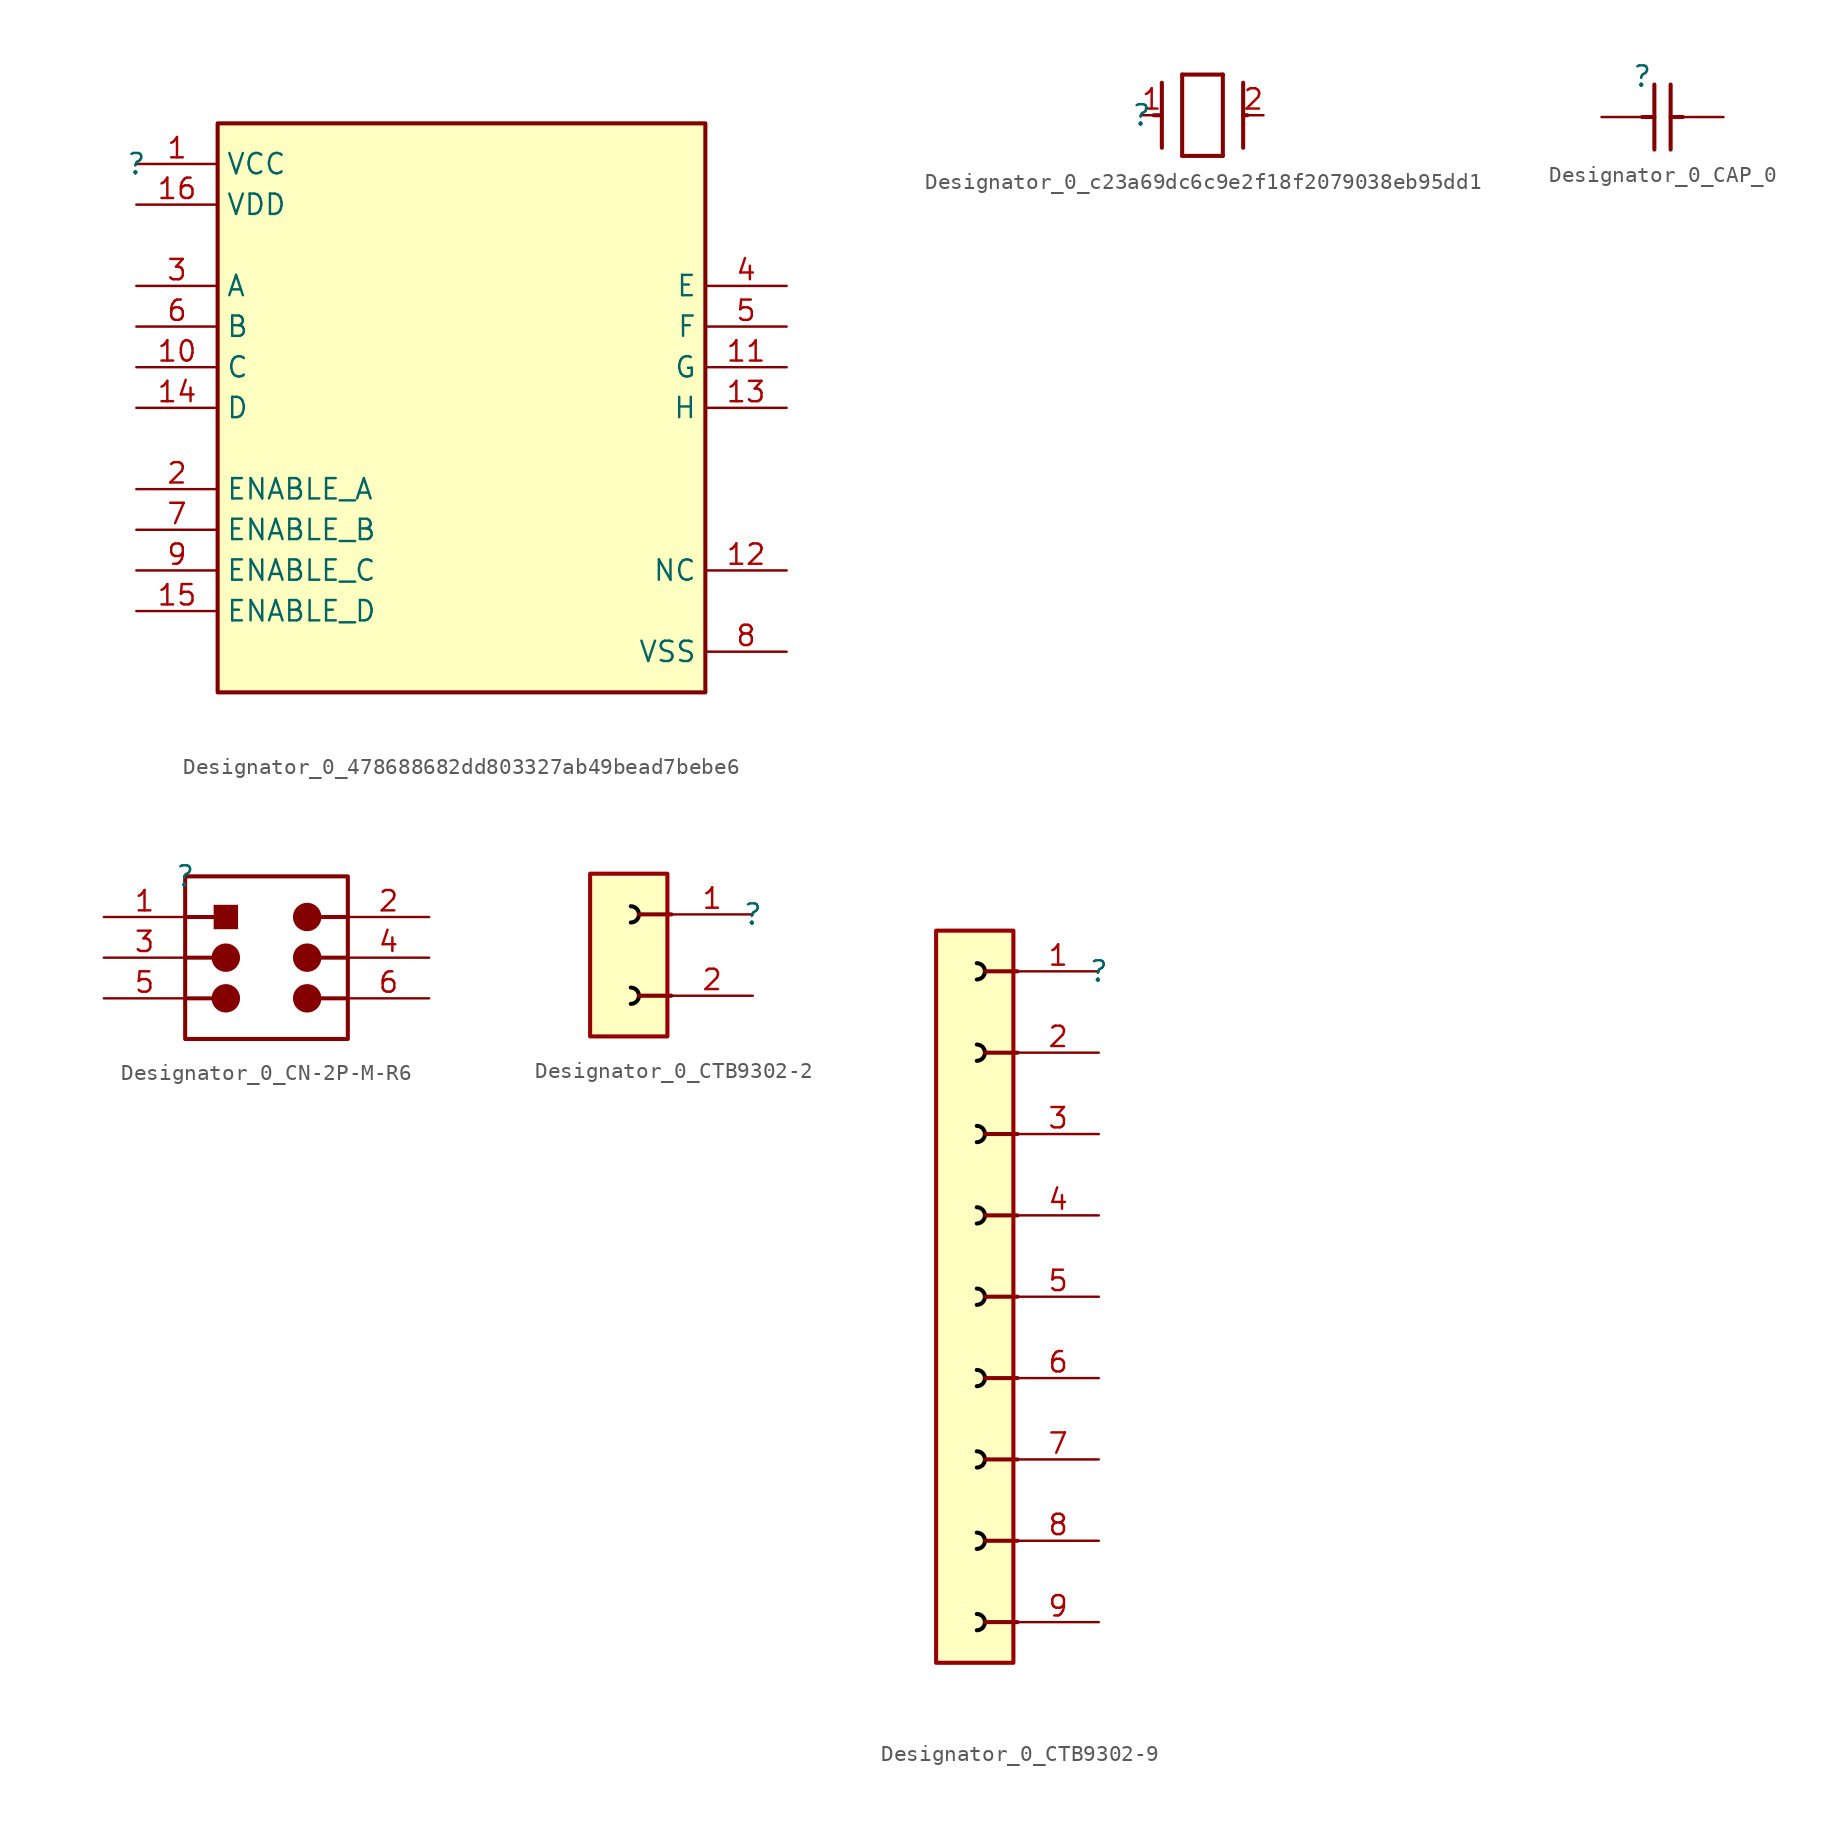
<source format=kicad_sym>
(kicad_symbol_lib
  (version 20231120)
  (generator "kicad_symbol_editor")
  (generator_version "8.0")
  (symbol "Designator_0_478688682dd803327ab49bead7bebe6"
    (property "Reference" ""
      (at 0 0 0)
      (effects (font (size 1.27 1.27))))
    (property "Value" ""
      (at 0 0 0)
      (effects (font (size 1.27 1.27))))
    (symbol "Designator_0_478688682dd803327ab49bead7bebe6_1_0"
      (rectangle (start 35.56 2.54) (end 5.08 -33.02) (stroke (width 0.254) (type solid) (color 128 0 0 1)) (fill (type background)))
      (pin power_in line (at 0 0 0) (length 5.08) (name "VCC" (effects (font (size 1.27 1.27)))) (number "1" (effects (font (size 1.27 1.27)))))
      (pin input line (at 0 -12.7 0) (length 5.08) (name "C" (effects (font (size 1.27 1.27)))) (number "10" (effects (font (size 1.27 1.27)))))
      (pin output line (at 40.64 -12.7 180) (length 5.08) (name "G" (effects (font (size 1.27 1.27)))) (number "11" (effects (font (size 1.27 1.27)))))
      (pin passive line (at 40.64 -25.4 180) (length 5.08) (name "NC" (effects (font (size 1.27 1.27)))) (number "12" (effects (font (size 1.27 1.27)))))
      (pin output line (at 40.64 -15.24 180) (length 5.08) (name "H" (effects (font (size 1.27 1.27)))) (number "13" (effects (font (size 1.27 1.27)))))
      (pin input line (at 0 -15.24 0) (length 5.08) (name "D" (effects (font (size 1.27 1.27)))) (number "14" (effects (font (size 1.27 1.27)))))
      (pin input line (at 0 -27.94 0) (length 5.08) (name "ENABLE_D" (effects (font (size 1.27 1.27)))) (number "15" (effects (font (size 1.27 1.27)))))
      (pin power_in line (at 0 -2.54 0) (length 5.08) (name "VDD" (effects (font (size 1.27 1.27)))) (number "16" (effects (font (size 1.27 1.27)))))
      (pin input line (at 0 -20.32 0) (length 5.08) (name "ENABLE_A" (effects (font (size 1.27 1.27)))) (number "2" (effects (font (size 1.27 1.27)))))
      (pin input line (at 0 -7.62 0) (length 5.08) (name "A" (effects (font (size 1.27 1.27)))) (number "3" (effects (font (size 1.27 1.27)))))
      (pin output line (at 40.64 -7.62 180) (length 5.08) (name "E" (effects (font (size 1.27 1.27)))) (number "4" (effects (font (size 1.27 1.27)))))
      (pin output line (at 40.64 -10.16 180) (length 5.08) (name "F" (effects (font (size 1.27 1.27)))) (number "5" (effects (font (size 1.27 1.27)))))
      (pin input line (at 0 -10.16 0) (length 5.08) (name "B" (effects (font (size 1.27 1.27)))) (number "6" (effects (font (size 1.27 1.27)))))
      (pin input line (at 0 -22.86 0) (length 5.08) (name "ENABLE_B" (effects (font (size 1.27 1.27)))) (number "7" (effects (font (size 1.27 1.27)))))
      (pin power_in line (at 40.64 -30.48 180) (length 5.08) (name "VSS" (effects (font (size 1.27 1.27)))) (number "8" (effects (font (size 1.27 1.27)))))
      (pin input line (at 0 -25.4 0) (length 5.08) (name "ENABLE_C" (effects (font (size 1.27 1.27)))) (number "9" (effects (font (size 1.27 1.27)))))))
  (symbol "Designator_0_c23a69dc6c9e2f18f2079038eb95dd1"
    (property "Reference" ""
      (at 0 0 0)
      (effects (font (size 1.27 1.27))))
    (property "Value" ""
      (at 0 0 0)
      (effects (font (size 1.27 1.27))))
    (symbol "Designator_0_c23a69dc6c9e2f18f2079038eb95dd1_1_0"
      (polyline (pts (xy 1.27 0) (xy 0.762 0)) (stroke (width 0.254) (type solid)) (fill (type none)))
      (polyline (pts (xy 1.27 2.032) (xy 1.27 -2.032)) (stroke (width 0.254) (type solid)) (fill (type none)))
      (polyline (pts (xy 2.54 2.54) (xy 2.54 -2.54)) (stroke (width 0.254) (type solid)) (fill (type none)))
      (polyline (pts (xy 2.54 2.54) (xy 5.08 2.54)) (stroke (width 0.254) (type solid)) (fill (type none)))
      (polyline (pts (xy 5.08 -2.54) (xy 2.54 -2.54)) (stroke (width 0.254) (type solid)) (fill (type none)))
      (polyline (pts (xy 5.08 2.54) (xy 5.08 -2.54)) (stroke (width 0.254) (type solid)) (fill (type none)))
      (polyline (pts (xy 6.35 0) (xy 6.604 0)) (stroke (width 0.254) (type solid)) (fill (type none)))
      (polyline (pts (xy 6.35 2.032) (xy 6.35 -2.032)) (stroke (width 0.254) (type solid)) (fill (type none)))
      (pin passive line (at 0 0 0) (length 1.27) (name "1" (effects (font (size 0 0)))) (number "1" (effects (font (size 1.27 1.27)))))
      (pin passive line (at 7.62 0 180) (length 1.27) (name "2" (effects (font (size 0 0)))) (number "2" (effects (font (size 1.27 1.27)))))))
  (symbol "Designator_0_CAP_0"
    (property "Reference" ""
      (at 0 0 0)
      (effects (font (size 1.27 1.27))))
    (property "Value" ""
      (at 0 0 0)
      (effects (font (size 1.27 1.27))))
    (symbol "Designator_0_CAP_0_1_0"
      (polyline (pts (xy 0 -2.54) (xy 0.762 -2.54)) (stroke (width 0.254) (type solid)) (fill (type none)))
      (polyline (pts (xy 0.762 -4.572) (xy 0.762 -0.508)) (stroke (width 0.254) (type solid)) (fill (type none)))
      (polyline (pts (xy 1.778 -0.508) (xy 1.778 -4.572)) (stroke (width 0.254) (type solid)) (fill (type none)))
      (polyline (pts (xy 2.54 -2.54) (xy 1.778 -2.54)) (stroke (width 0.254) (type solid)) (fill (type none)))
      (pin passive line (at -2.54 -2.54 0) (length 2.54) (name "1" (effects (font (size 0 0)))) (number "1" (effects (font (size 0 0)))))
      (pin passive line (at 5.08 -2.54 180) (length 2.54) (name "2" (effects (font (size 0 0)))) (number "2" (effects (font (size 0 0)))))))
  (symbol "Designator_0_CN-2P-M-R6"
    (property "Reference" ""
      (at 0 0 0)
      (effects (font (size 1.27 1.27))))
    (property "Value" ""
      (at 0 0 0)
      (effects (font (size 1.27 1.27))))
    (symbol "Designator_0_CN-2P-M-R6_1_0"
      (polyline (pts (xy 0 -7.62) (xy 1.778 -7.62)) (stroke (width 0.254) (type solid)) (fill (type none)))
      (polyline (pts (xy 0 -5.08) (xy 1.778 -5.08)) (stroke (width 0.254) (type solid)) (fill (type none)))
      (polyline (pts (xy 0 -2.54) (xy 1.778 -2.54)) (stroke (width 0.254) (type solid)) (fill (type none)))
      (polyline (pts (xy 10.16 -7.62) (xy 8.382 -7.62)) (stroke (width 0.254) (type solid)) (fill (type none)))
      (polyline (pts (xy 10.16 -5.08) (xy 8.382 -5.08)) (stroke (width 0.254) (type solid)) (fill (type none)))
      (polyline (pts (xy 10.16 -2.54) (xy 8.382 -2.54)) (stroke (width 0.254) (type solid)) (fill (type none)))
      (polyline (pts (xy 0 -10.16) (xy 10.16 -10.16) (xy 10.16 0) (xy 0 0) (xy 0 -10.16)) (stroke (width 0.254) (type solid)) (fill (type none)))
      (circle (center 2.54 -7.62) (radius 0.762) (stroke (width 0.254) (type solid)) (fill (type outline)))
      (circle (center 2.54 -5.08) (radius 0.762) (stroke (width 0.254) (type solid)) (fill (type outline)))
      (rectangle (start 3.302 -1.778) (end 1.778 -3.302) (stroke (width -0.0001) (type solid)) (fill (type outline)))
      (circle (center 7.62 -7.62) (radius 0.762) (stroke (width 0.254) (type solid)) (fill (type outline)))
      (circle (center 7.62 -5.08) (radius 0.762) (stroke (width 0.254) (type solid)) (fill (type outline)))
      (circle (center 7.62 -2.54) (radius 0.762) (stroke (width 0.254) (type solid)) (fill (type outline)))
      (pin passive line (at -5.08 -2.54 0) (length 5.08) (name "1" (effects (font (size 0 0)))) (number "1" (effects (font (size 1.27 1.27)))))
      (pin passive line (at 15.24 -2.54 180) (length 5.08) (name "2" (effects (font (size 0 0)))) (number "2" (effects (font (size 1.27 1.27)))))
      (pin passive line (at -5.08 -5.08 0) (length 5.08) (name "3" (effects (font (size 0 0)))) (number "3" (effects (font (size 1.27 1.27)))))
      (pin passive line (at 15.24 -5.08 180) (length 5.08) (name "4" (effects (font (size 0 0)))) (number "4" (effects (font (size 1.27 1.27)))))
      (pin passive line (at -5.08 -7.62 0) (length 5.08) (name "5" (effects (font (size 0 0)))) (number "5" (effects (font (size 1.27 1.27)))))
      (pin passive line (at 15.24 -7.62 180) (length 5.08) (name "6" (effects (font (size 0 0)))) (number "6" (effects (font (size 1.27 1.27)))))))
  (symbol "Designator_0_CTB9302-2"
    (property "Reference" ""
      (at 0 0 0)
      (effects (font (size 1.27 1.27))))
    (property "Value" ""
      (at 0 0 0)
      (effects (font (size 1.27 1.27))))
    (symbol "Designator_0_CTB9302-2_1_0"
      (arc (start -7.62 -5.588) (mid -7.112 -5.08) (end -7.62 -4.572) (stroke (width 0.254) (type solid) (color 0 0 0 1)) (fill (type none)))
      (arc (start -7.62 -0.508) (mid -7.112 0) (end -7.62 0.508) (stroke (width 0.254) (type solid) (color 0 0 0 1)) (fill (type none)))
      (rectangle (start -5.334 2.54) (end -10.16 -7.62) (stroke (width 0.254) (type solid) (color 152 0 0 1)) (fill (type background)))
      (polyline (pts (xy -7.112 -5.08) (xy -5.08 -5.08)) (stroke (width 0.254) (type solid)) (fill (type none)))
      (polyline (pts (xy -7.112 0) (xy -5.08 0)) (stroke (width 0.254) (type solid)) (fill (type none)))
      (pin power_in line (at 0 0 180) (length 5.08) (name "1" (effects (font (size 0 0)))) (number "1" (effects (font (size 1.27 1.27)))))
      (pin power_in line (at 0 -5.08 180) (length 5.08) (name "2" (effects (font (size 0 0)))) (number "2" (effects (font (size 1.27 1.27)))))))
  (symbol "Designator_0_CTB9302-9"
    (property "Reference" ""
      (at 0 0 0)
      (effects (font (size 1.27 1.27))))
    (property "Value" ""
      (at 0 0 0)
      (effects (font (size 1.27 1.27))))
    (symbol "Designator_0_CTB9302-9_1_0"
      (arc (start -7.62 -41.148) (mid -7.112 -40.64) (end -7.62 -40.132) (stroke (width 0.254) (type solid) (color 0 0 0 1)) (fill (type none)))
      (arc (start -7.62 -36.068) (mid -7.112 -35.56) (end -7.62 -35.052) (stroke (width 0.254) (type solid) (color 0 0 0 1)) (fill (type none)))
      (arc (start -7.62 -30.988) (mid -7.112 -30.48) (end -7.62 -29.972) (stroke (width 0.254) (type solid) (color 0 0 0 1)) (fill (type none)))
      (arc (start -7.62 -25.908) (mid -7.112 -25.4) (end -7.62 -24.892) (stroke (width 0.254) (type solid) (color 0 0 0 1)) (fill (type none)))
      (arc (start -7.62 -20.828) (mid -7.112 -20.32) (end -7.62 -19.812) (stroke (width 0.254) (type solid) (color 0 0 0 1)) (fill (type none)))
      (arc (start -7.62 -15.748) (mid -7.112 -15.24) (end -7.62 -14.732) (stroke (width 0.254) (type solid) (color 0 0 0 1)) (fill (type none)))
      (arc (start -7.62 -10.668) (mid -7.112 -10.16) (end -7.62 -9.652) (stroke (width 0.254) (type solid) (color 0 0 0 1)) (fill (type none)))
      (arc (start -7.62 -5.588) (mid -7.112 -5.08) (end -7.62 -4.572) (stroke (width 0.254) (type solid) (color 0 0 0 1)) (fill (type none)))
      (arc (start -7.62 -0.508) (mid -7.112 0) (end -7.62 0.508) (stroke (width 0.254) (type solid) (color 0 0 0 1)) (fill (type none)))
      (rectangle (start -5.334 2.54) (end -10.16 -43.18) (stroke (width 0.254) (type solid) (color 152 0 0 1)) (fill (type background)))
      (polyline (pts (xy -7.112 -40.64) (xy -5.08 -40.64)) (stroke (width 0.254) (type solid)) (fill (type none)))
      (polyline (pts (xy -7.112 -35.56) (xy -5.08 -35.56)) (stroke (width 0.254) (type solid)) (fill (type none)))
      (polyline (pts (xy -7.112 -30.48) (xy -5.08 -30.48)) (stroke (width 0.254) (type solid)) (fill (type none)))
      (polyline (pts (xy -7.112 -25.4) (xy -5.08 -25.4)) (stroke (width 0.254) (type solid)) (fill (type none)))
      (polyline (pts (xy -7.112 -20.32) (xy -5.08 -20.32)) (stroke (width 0.254) (type solid)) (fill (type none)))
      (polyline (pts (xy -7.112 -15.24) (xy -5.08 -15.24)) (stroke (width 0.254) (type solid)) (fill (type none)))
      (polyline (pts (xy -7.112 -10.16) (xy -5.08 -10.16)) (stroke (width 0.254) (type solid)) (fill (type none)))
      (polyline (pts (xy -7.112 -5.08) (xy -5.08 -5.08)) (stroke (width 0.254) (type solid)) (fill (type none)))
      (polyline (pts (xy -7.112 0) (xy -5.08 0)) (stroke (width 0.254) (type solid)) (fill (type none)))
      (pin power_in line (at 0 0 180) (length 5.08) (name "1" (effects (font (size 0 0)))) (number "1" (effects (font (size 1.27 1.27)))))
      (pin power_in line (at 0 -5.08 180) (length 5.08) (name "2" (effects (font (size 0 0)))) (number "2" (effects (font (size 1.27 1.27)))))
      (pin power_in line (at 0 -10.16 180) (length 5.08) (name "3" (effects (font (size 0 0)))) (number "3" (effects (font (size 1.27 1.27)))))
      (pin power_in line (at 0 -15.24 180) (length 5.08) (name "4" (effects (font (size 0 0)))) (number "4" (effects (font (size 1.27 1.27)))))
      (pin power_in line (at 0 -20.32 180) (length 5.08) (name "5" (effects (font (size 0 0)))) (number "5" (effects (font (size 1.27 1.27)))))
      (pin power_in line (at 0 -25.4 180) (length 5.08) (name "6" (effects (font (size 0 0)))) (number "6" (effects (font (size 1.27 1.27)))))
      (pin power_in line (at 0 -30.48 180) (length 5.08) (name "7" (effects (font (size 0 0)))) (number "7" (effects (font (size 1.27 1.27)))))
      (pin power_in line (at 0 -35.56 180) (length 5.08) (name "8" (effects (font (size 0 0)))) (number "8" (effects (font (size 1.27 1.27)))))
      (pin power_in line (at 0 -40.64 180) (length 5.08) (name "9" (effects (font (size 0 0)))) (number "9" (effects (font (size 1.27 1.27))))))))
</source>
